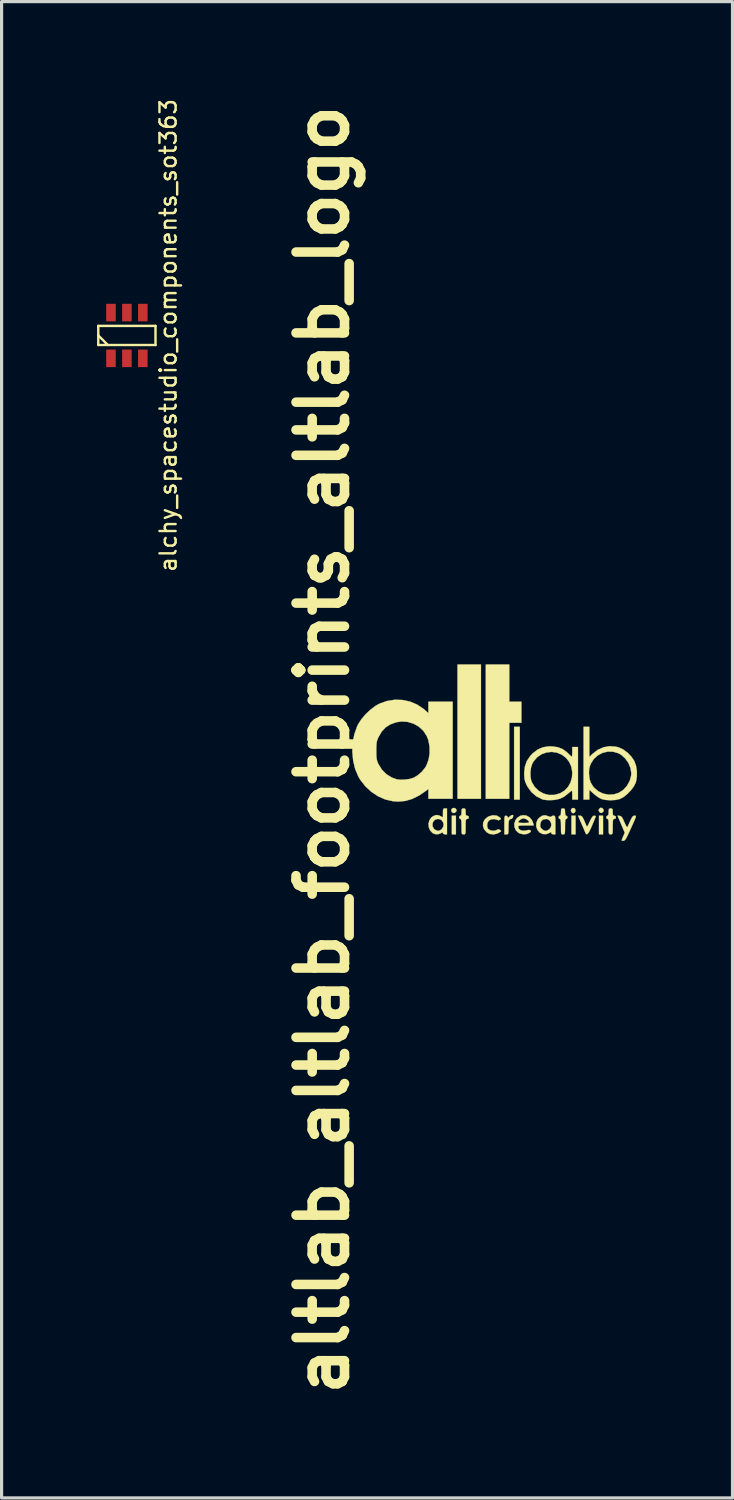
<source format=kicad_pcb>
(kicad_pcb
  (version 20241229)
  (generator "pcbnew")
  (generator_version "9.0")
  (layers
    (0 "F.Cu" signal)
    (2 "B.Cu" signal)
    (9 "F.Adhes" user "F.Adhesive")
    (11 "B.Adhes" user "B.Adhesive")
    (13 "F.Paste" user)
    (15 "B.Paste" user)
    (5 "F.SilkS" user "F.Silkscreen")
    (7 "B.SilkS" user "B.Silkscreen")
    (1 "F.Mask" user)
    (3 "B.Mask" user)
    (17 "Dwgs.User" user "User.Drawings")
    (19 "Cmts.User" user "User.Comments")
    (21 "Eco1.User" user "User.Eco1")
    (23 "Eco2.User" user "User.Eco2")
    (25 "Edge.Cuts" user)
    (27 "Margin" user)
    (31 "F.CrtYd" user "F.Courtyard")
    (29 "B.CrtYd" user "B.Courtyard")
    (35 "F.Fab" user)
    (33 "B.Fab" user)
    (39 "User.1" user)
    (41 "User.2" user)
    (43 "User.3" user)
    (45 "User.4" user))
  (footprint "alchy_spacestudio_components_sot363"
    (layer "F.Cu")
    (at 0.937 7.49)
    (property "Reference" "alchy_spacestudio_components_sot363" (at 1.3 0 90) (layer "F.SilkS") (effects (font (size 0.508 0.508) (thickness 0.076))))
    (attr smd)
    (fp_line (start -0.899 -0.3) (end 0.899 -0.3) (stroke (width 0.076) (type solid)) (layer "F.SilkS"))
    (fp_line (start -0.899 0) (end -0.599 0.3) (stroke (width 0.076) (type solid)) (layer "F.SilkS"))
    (fp_line (start -0.899 0.3) (end -0.899 -0.3) (stroke (width 0.076) (type solid)) (layer "F.SilkS"))
    (fp_line (start 0.899 -0.3) (end 0.899 0.3) (stroke (width 0.076) (type solid)) (layer "F.SilkS"))
    (fp_line (start 0.899 0.3) (end -0.899 0.3) (stroke (width 0.076) (type solid)) (layer "F.SilkS"))
    (pad "1" smd rect (at -0.5 0.719) (size 0.3 0.551) (layers "F.Cu" "F.Mask" "F.Paste"))
    (pad "2" smd rect (at 0 0.719) (size 0.3 0.551) (layers "F.Cu" "F.Mask" "F.Paste"))
    (pad "3" smd rect (at 0.5 0.719) (size 0.3 0.551) (layers "F.Cu" "F.Mask" "F.Paste"))
    (pad "4" smd rect (at 0.5 -0.719) (size 0.3 0.551) (layers "F.Cu" "F.Mask" "F.Paste"))
    (pad "5" smd rect (at 0 -0.719) (size 0.3 0.551) (layers "F.Cu" "F.Mask" "F.Paste"))
    (pad "6" smd rect (at -0.5 -0.719) (size 0.3 0.551) (layers "F.Cu" "F.Mask" "F.Paste")))
  (footprint "altlab_altlab_footprints_altlab_logo"
    (layer "F.Cu")
    (at 12.494 20.6)
    (property "Reference" "altlab_altlab_footprints_altlab_logo" (at -5.408 -0.091 90) (layer "F.SilkS") (effects (font (size 1.524 1.524) (thickness 0.3))))
    (attr through_hole)
    (fp_poly (pts (xy -1.219 2.565) (xy -1.346 2.565) (xy -1.346 1.981) (xy -1.219 1.981) (xy -1.219 2.565)) (stroke (width 0.01) (type solid)) (fill yes) (layer "F.SilkS"))
    (fp_poly (pts (xy -0.432 1.448) (xy -1.168 1.448) (xy -1.168 -2.769) (xy -0.432 -2.769) (xy -0.432 1.448)) (stroke (width 0.01) (type solid)) (fill yes) (layer "F.SilkS"))
    (fp_poly (pts (xy 0.787 1.473) (xy 0.61 1.473) (xy 0.61 -0.813) (xy 0.787 -0.813) (xy 0.787 1.473)) (stroke (width 0.01) (type solid)) (fill yes) (layer "F.SilkS"))
    (fp_poly (pts (xy 2.54 2.565) (xy 2.413 2.565) (xy 2.413 1.981) (xy 2.54 1.981) (xy 2.54 2.565)) (stroke (width 0.01) (type solid)) (fill yes) (layer "F.SilkS"))
    (fp_poly (pts (xy 3.404 2.565) (xy 3.277 2.565) (xy 3.277 1.981) (xy 3.404 1.981) (xy 3.404 2.565)) (stroke (width 0.01) (type solid)) (fill yes) (layer "F.SilkS"))
    (fp_poly (pts (xy 0.457 -1.6) (xy 0.838 -1.6) (xy 0.838 -0.94) (xy 0.457 -0.94) (xy 0.457 1.448) (xy -0.279 1.448) (xy -0.279 -2.769) (xy 0.457 -2.769) (xy 0.457 -1.6)) (stroke (width 0.01) (type solid)) (fill yes) (layer "F.SilkS"))
    (fp_poly (pts (xy -1.257 1.74) (xy -1.224 1.762) (xy -1.197 1.806) (xy -1.21 1.848) (xy -1.259 1.893) (xy -1.313 1.893) (xy -1.345 1.868) (xy -1.366 1.815) (xy -1.35 1.768) (xy -1.309 1.739) (xy -1.257 1.74)) (stroke (width 0.01) (type solid)) (fill yes) (layer "F.SilkS"))
    (fp_poly (pts (xy 3.372 1.738) (xy 3.405 1.767) (xy 3.425 1.817) (xy 3.413 1.848) (xy 3.368 1.894) (xy 3.32 1.888) (xy 3.292 1.866) (xy 3.265 1.82) (xy 3.278 1.776) (xy 3.321 1.733) (xy 3.372 1.738)) (stroke (width 0.01) (type solid)) (fill yes) (layer "F.SilkS"))
    (fp_poly (pts (xy 2.499 1.742) (xy 2.531 1.777) (xy 2.538 1.83) (xy 2.518 1.877) (xy 2.5 1.89) (xy 2.461 1.903) (xy 2.438 1.894) (xy 2.418 1.875) (xy 2.393 1.823) (xy 2.405 1.773) (xy 2.444 1.741) (xy 2.499 1.742)) (stroke (width 0.01) (type solid)) (fill yes) (layer "F.SilkS"))
    (fp_poly (pts (xy 0.584 1.976) (xy 0.584 1.979) (xy 0.568 2.043) (xy 0.527 2.08) (xy 0.508 2.083) (xy 0.474 2.091) (xy 0.452 2.121) (xy 0.438 2.18) (xy 0.433 2.277) (xy 0.432 2.364) (xy 0.431 2.464) (xy 0.427 2.524) (xy 0.416 2.554) (xy 0.394 2.564) (xy 0.368 2.565) (xy 0.305 2.565) (xy 0.305 2.273) (xy 0.305 2.148) (xy 0.308 2.064) (xy 0.314 2.015) (xy 0.325 1.99) (xy 0.343 1.982) (xy 0.356 1.981) (xy 0.398 1.999) (xy 0.406 2.024) (xy 0.412 2.048) (xy 0.435 2.038) (xy 0.465 2.011) (xy 0.521 1.969) (xy 0.565 1.956) (xy 0.584 1.976)) (stroke (width 0.01) (type solid)) (fill yes) (layer "F.SilkS"))
    (fp_poly (pts (xy 2.712 1.985) (xy 2.737 2) (xy 2.764 2.035) (xy 2.796 2.098) (xy 2.838 2.194) (xy 2.876 2.286) (xy 2.89 2.315) (xy 2.905 2.319) (xy 2.925 2.293) (xy 2.957 2.23) (xy 2.987 2.165) (xy 3.036 2.067) (xy 3.074 2.009) (xy 3.108 1.984) (xy 3.123 1.981) (xy 3.165 1.988) (xy 3.175 1.997) (xy 3.166 2.025) (xy 3.14 2.09) (xy 3.103 2.183) (xy 3.058 2.289) (xy 2.998 2.423) (xy 2.95 2.512) (xy 2.912 2.557) (xy 2.881 2.56) (xy 2.854 2.526) (xy 2.847 2.508) (xy 2.827 2.461) (xy 2.793 2.38) (xy 2.75 2.28) (xy 2.722 2.216) (xy 2.62 1.981) (xy 2.683 1.981) (xy 2.712 1.985)) (stroke (width 0.01) (type solid)) (fill yes) (layer "F.SilkS"))
    (fp_poly (pts (xy 0.063 1.978) (xy 0.153 2.028) (xy 0.19 2.063) (xy 0.187 2.088) (xy 0.169 2.105) (xy 0.121 2.124) (xy 0.079 2.11) (xy -0.014 2.085) (xy -0.112 2.095) (xy -0.18 2.13) (xy -0.224 2.194) (xy -0.24 2.279) (xy -0.226 2.362) (xy -0.206 2.397) (xy -0.143 2.438) (xy -0.059 2.456) (xy 0.025 2.447) (xy 0.058 2.431) (xy 0.108 2.407) (xy 0.147 2.417) (xy 0.164 2.428) (xy 0.197 2.458) (xy 0.201 2.472) (xy 0.083 2.541) (xy -0.039 2.568) (xy -0.157 2.553) (xy -0.252 2.5) (xy -0.332 2.405) (xy -0.368 2.299) (xy -0.36 2.193) (xy -0.31 2.096) (xy -0.219 2.019) (xy -0.183 2.001) (xy -0.055 1.966) (xy 0.063 1.978)) (stroke (width 0.01) (type solid)) (fill yes) (layer "F.SilkS"))
    (fp_poly (pts (xy 3.927 1.986) (xy 3.964 1.997) (xy 3.996 2.028) (xy 4.03 2.087) (xy 4.071 2.179) (xy 4.109 2.263) (xy 4.141 2.321) (xy 4.162 2.345) (xy 4.165 2.344) (xy 4.183 2.312) (xy 4.214 2.247) (xy 4.252 2.162) (xy 4.256 2.153) (xy 4.299 2.062) (xy 4.332 2.01) (xy 4.364 1.986) (xy 4.391 1.982) (xy 4.414 1.981) (xy 4.43 1.984) (xy 4.436 1.996) (xy 4.431 2.024) (xy 4.413 2.074) (xy 4.38 2.152) (xy 4.329 2.264) (xy 4.261 2.416) (xy 4.26 2.419) (xy 4.197 2.555) (xy 4.15 2.652) (xy 4.114 2.715) (xy 4.085 2.75) (xy 4.06 2.766) (xy 4.045 2.768) (xy 4 2.764) (xy 3.988 2.758) (xy 3.997 2.731) (xy 4.02 2.672) (xy 4.037 2.632) (xy 4.087 2.516) (xy 3.974 2.247) (xy 3.861 1.978) (xy 3.927 1.986)) (stroke (width 0.01) (type solid)) (fill yes) (layer "F.SilkS"))
    (fp_poly (pts (xy 2.185 1.757) (xy 2.204 1.781) (xy 2.21 1.836) (xy 2.21 1.867) (xy 2.215 1.942) (xy 2.232 1.977) (xy 2.248 1.981) (xy 2.279 2.002) (xy 2.286 2.032) (xy 2.27 2.073) (xy 2.248 2.083) (xy 2.23 2.091) (xy 2.218 2.123) (xy 2.212 2.186) (xy 2.21 2.289) (xy 2.21 2.324) (xy 2.209 2.436) (xy 2.206 2.506) (xy 2.198 2.545) (xy 2.183 2.562) (xy 2.157 2.565) (xy 2.146 2.565) (xy 2.117 2.564) (xy 2.098 2.552) (xy 2.088 2.522) (xy 2.084 2.462) (xy 2.083 2.365) (xy 2.083 2.324) (xy 2.081 2.209) (xy 2.076 2.136) (xy 2.066 2.097) (xy 2.05 2.083) (xy 2.045 2.083) (xy 2.014 2.062) (xy 2.007 2.032) (xy 2.022 1.991) (xy 2.045 1.981) (xy 2.07 1.966) (xy 2.081 1.915) (xy 2.083 1.867) (xy 2.085 1.796) (xy 2.098 1.763) (xy 2.129 1.753) (xy 2.146 1.753) (xy 2.185 1.757)) (stroke (width 0.01) (type solid)) (fill yes) (layer "F.SilkS"))
    (fp_poly (pts (xy -1.499 2.565) (xy -1.562 2.565) (xy -1.614 2.552) (xy -1.626 2.526) (xy -1.63 2.501) (xy -1.653 2.506) (xy -1.682 2.526) (xy -1.77 2.56) (xy -1.87 2.559) (xy -1.95 2.526) (xy -2.028 2.444) (xy -2.07 2.342) (xy -2.078 2.233) (xy -1.956 2.233) (xy -1.952 2.313) (xy -1.914 2.387) (xy -1.889 2.411) (xy -1.808 2.456) (xy -1.736 2.453) (xy -1.663 2.402) (xy -1.663 2.401) (xy -1.61 2.321) (xy -1.607 2.235) (xy -1.629 2.176) (xy -1.672 2.116) (xy -1.728 2.089) (xy -1.796 2.083) (xy -1.873 2.104) (xy -1.928 2.158) (xy -1.956 2.233) (xy -2.078 2.233) (xy -2.078 2.232) (xy -2.052 2.127) (xy -1.993 2.039) (xy -1.931 1.994) (xy -1.848 1.961) (xy -1.776 1.964) (xy -1.701 1.995) (xy -1.626 2.033) (xy -1.626 1.893) (xy -1.624 1.813) (xy -1.615 1.771) (xy -1.594 1.755) (xy -1.562 1.753) (xy -1.499 1.753) (xy -1.499 2.565)) (stroke (width 0.01) (type solid)) (fill yes) (layer "F.SilkS"))
    (fp_poly (pts (xy -0.939 1.757) (xy -0.92 1.781) (xy -0.915 1.836) (xy -0.914 1.867) (xy -0.911 1.938) (xy -0.897 1.972) (xy -0.867 1.981) (xy -0.864 1.981) (xy -0.821 1.999) (xy -0.813 2.032) (xy -0.831 2.074) (xy -0.864 2.083) (xy -0.887 2.086) (xy -0.902 2.104) (xy -0.91 2.144) (xy -0.914 2.216) (xy -0.914 2.324) (xy -0.915 2.436) (xy -0.918 2.506) (xy -0.926 2.545) (xy -0.941 2.562) (xy -0.967 2.565) (xy -0.978 2.565) (xy -1.007 2.564) (xy -1.026 2.552) (xy -1.036 2.522) (xy -1.04 2.462) (xy -1.041 2.365) (xy -1.041 2.324) (xy -1.043 2.209) (xy -1.048 2.136) (xy -1.058 2.097) (xy -1.074 2.083) (xy -1.079 2.083) (xy -1.111 2.062) (xy -1.118 2.032) (xy -1.102 1.991) (xy -1.079 1.981) (xy -1.054 1.966) (xy -1.043 1.915) (xy -1.041 1.867) (xy -1.039 1.796) (xy -1.026 1.763) (xy -0.995 1.753) (xy -0.978 1.753) (xy -0.939 1.757)) (stroke (width 0.01) (type solid)) (fill yes) (layer "F.SilkS"))
    (fp_poly (pts (xy 3.684 1.757) (xy 3.703 1.781) (xy 3.708 1.836) (xy 3.708 1.867) (xy 3.712 1.938) (xy 3.726 1.972) (xy 3.756 1.981) (xy 3.759 1.981) (xy 3.802 1.999) (xy 3.81 2.032) (xy 3.792 2.074) (xy 3.759 2.083) (xy 3.736 2.086) (xy 3.721 2.104) (xy 3.713 2.144) (xy 3.709 2.216) (xy 3.708 2.324) (xy 3.708 2.436) (xy 3.705 2.506) (xy 3.697 2.545) (xy 3.681 2.562) (xy 3.656 2.565) (xy 3.645 2.565) (xy 3.615 2.564) (xy 3.597 2.552) (xy 3.587 2.522) (xy 3.582 2.462) (xy 3.581 2.365) (xy 3.581 2.324) (xy 3.58 2.209) (xy 3.575 2.136) (xy 3.565 2.097) (xy 3.549 2.083) (xy 3.543 2.083) (xy 3.512 2.062) (xy 3.505 2.032) (xy 3.521 1.991) (xy 3.543 1.981) (xy 3.568 1.966) (xy 3.58 1.915) (xy 3.581 1.867) (xy 3.584 1.796) (xy 3.597 1.763) (xy 3.628 1.753) (xy 3.645 1.753) (xy 3.684 1.757)) (stroke (width 0.01) (type solid)) (fill yes) (layer "F.SilkS"))
    (fp_poly (pts (xy 1.679 1.995) (xy 1.742 2.021) (xy 1.771 2.013) (xy 1.773 2.01) (xy 1.802 1.988) (xy 1.844 1.981) (xy 1.87 1.983) (xy 1.887 1.993) (xy 1.898 2.02) (xy 1.903 2.074) (xy 1.905 2.162) (xy 1.905 2.273) (xy 1.905 2.565) (xy 1.841 2.565) (xy 1.79 2.551) (xy 1.778 2.524) (xy 1.774 2.498) (xy 1.752 2.502) (xy 1.715 2.524) (xy 1.619 2.56) (xy 1.512 2.556) (xy 1.418 2.513) (xy 1.344 2.429) (xy 1.307 2.324) (xy 1.307 2.312) (xy 1.428 2.312) (xy 1.452 2.366) (xy 1.482 2.398) (xy 1.556 2.452) (xy 1.628 2.457) (xy 1.708 2.414) (xy 1.711 2.411) (xy 1.764 2.343) (xy 1.781 2.264) (xy 1.764 2.185) (xy 1.719 2.121) (xy 1.649 2.086) (xy 1.616 2.083) (xy 1.521 2.099) (xy 1.461 2.152) (xy 1.431 2.24) (xy 1.428 2.312) (xy 1.307 2.312) (xy 1.308 2.211) (xy 1.346 2.107) (xy 1.391 2.051) (xy 1.487 1.984) (xy 1.582 1.966) (xy 1.679 1.995)) (stroke (width 0.01) (type solid)) (fill yes) (layer "F.SilkS"))
    (fp_poly (pts (xy 1.004 1.98) (xy 1.097 2.034) (xy 1.17 2.122) (xy 1.208 2.216) (xy 1.225 2.286) (xy 0.981 2.286) (xy 0.868 2.287) (xy 0.796 2.29) (xy 0.757 2.299) (xy 0.74 2.314) (xy 0.737 2.336) (xy 0.759 2.397) (xy 0.817 2.437) (xy 0.899 2.455) (xy 0.994 2.445) (xy 1.041 2.43) (xy 1.094 2.429) (xy 1.118 2.439) (xy 1.139 2.462) (xy 1.124 2.49) (xy 1.096 2.515) (xy 1.014 2.554) (xy 0.91 2.564) (xy 0.804 2.544) (xy 0.747 2.518) (xy 0.666 2.441) (xy 0.623 2.342) (xy 0.617 2.232) (xy 0.632 2.186) (xy 0.737 2.186) (xy 0.76 2.198) (xy 0.821 2.206) (xy 0.908 2.21) (xy 0.917 2.21) (xy 1.018 2.207) (xy 1.073 2.197) (xy 1.087 2.181) (xy 1.086 2.18) (xy 1.046 2.125) (xy 0.978 2.083) (xy 0.906 2.064) (xy 0.88 2.067) (xy 0.814 2.096) (xy 0.761 2.14) (xy 0.737 2.184) (xy 0.737 2.186) (xy 0.632 2.186) (xy 0.651 2.124) (xy 0.702 2.054) (xy 0.796 1.987) (xy 0.9 1.963) (xy 1.004 1.98)) (stroke (width 0.01) (type solid)) (fill yes) (layer "F.SilkS"))
    (fp_poly (pts (xy 2.972 0.138) (xy 3.08 0.033) (xy 3.243 -0.092) (xy 3.424 -0.171) (xy 3.617 -0.203) (xy 3.816 -0.186) (xy 3.899 -0.164) (xy 4.038 -0.099) (xy 4.175 0.002) (xy 4.297 0.128) (xy 4.387 0.264) (xy 4.387 0.264) (xy 4.44 0.41) (xy 4.467 0.58) (xy 4.467 0.755) (xy 4.439 0.915) (xy 4.429 0.945) (xy 4.371 1.06) (xy 4.281 1.18) (xy 4.171 1.294) (xy 4.054 1.389) (xy 3.942 1.451) (xy 3.926 1.456) (xy 3.791 1.486) (xy 3.635 1.495) (xy 3.481 1.484) (xy 3.359 1.456) (xy 3.284 1.419) (xy 3.194 1.358) (xy 3.111 1.291) (xy 2.972 1.163) (xy 2.972 1.473) (xy 2.794 1.473) (xy 2.794 0.617) (xy 2.962 0.617) (xy 2.962 0.647) (xy 2.976 0.807) (xy 3.015 0.937) (xy 3.087 1.055) (xy 3.127 1.104) (xy 3.257 1.215) (xy 3.411 1.288) (xy 3.58 1.32) (xy 3.752 1.309) (xy 3.9 1.261) (xy 4.041 1.169) (xy 4.157 1.041) (xy 4.242 0.889) (xy 4.287 0.725) (xy 4.293 0.648) (xy 4.269 0.485) (xy 4.204 0.326) (xy 4.104 0.184) (xy 3.979 0.07) (xy 3.886 0.017) (xy 3.72 -0.031) (xy 3.551 -0.034) (xy 3.387 0.006) (xy 3.238 0.085) (xy 3.113 0.199) (xy 3.03 0.326) (xy 2.989 0.422) (xy 2.968 0.51) (xy 2.962 0.617) (xy 2.794 0.617) (xy 2.794 -0.813) (xy 2.972 -0.813) (xy 2.972 0.138)) (stroke (width 0.01) (type solid)) (fill yes) (layer "F.SilkS"))
    (fp_poly (pts (xy 1.803 -0.197) (xy 1.98 -0.172) (xy 2.126 -0.117) (xy 2.257 -0.024) (xy 2.309 0.026) (xy 2.366 0.082) (xy 2.408 0.118) (xy 2.423 0.127) (xy 2.431 0.104) (xy 2.437 0.044) (xy 2.438 -0.025) (xy 2.438 -0.178) (xy 2.616 -0.178) (xy 2.616 1.473) (xy 2.438 1.473) (xy 2.438 1.333) (xy 2.436 1.257) (xy 2.429 1.206) (xy 2.422 1.194) (xy 2.396 1.209) (xy 2.346 1.249) (xy 2.309 1.282) (xy 2.178 1.384) (xy 2.045 1.449) (xy 1.894 1.482) (xy 1.791 1.491) (xy 1.645 1.49) (xy 1.533 1.476) (xy 1.496 1.465) (xy 1.309 1.371) (xy 1.156 1.24) (xy 1.033 1.07) (xy 0.993 0.992) (xy 0.956 0.902) (xy 0.936 0.816) (xy 0.928 0.712) (xy 0.927 0.648) (xy 0.931 0.609) (xy 1.122 0.609) (xy 1.124 0.755) (xy 1.148 0.882) (xy 1.162 0.918) (xy 1.258 1.078) (xy 1.385 1.201) (xy 1.535 1.286) (xy 1.701 1.329) (xy 1.876 1.327) (xy 2.05 1.279) (xy 2.193 1.194) (xy 2.305 1.076) (xy 2.384 0.934) (xy 2.429 0.776) (xy 2.438 0.611) (xy 2.411 0.447) (xy 2.344 0.294) (xy 2.246 0.167) (xy 2.107 0.061) (xy 1.951 -0.003) (xy 1.788 -0.025) (xy 1.625 -0.007) (xy 1.47 0.049) (xy 1.333 0.143) (xy 1.222 0.272) (xy 1.181 0.344) (xy 1.141 0.465) (xy 1.122 0.609) (xy 0.931 0.609) (xy 0.948 0.443) (xy 1.01 0.263) (xy 1.119 0.102) (xy 1.197 0.02) (xy 1.351 -0.098) (xy 1.516 -0.17) (xy 1.701 -0.198) (xy 1.803 -0.197)) (stroke (width 0.01) (type solid)) (fill yes) (layer "F.SilkS"))
    (fp_poly (pts (xy -2.903 -1.656) (xy -2.664 -1.606) (xy -2.44 -1.512) (xy -2.236 -1.376) (xy -2.203 -1.347) (xy -2.083 -1.24) (xy -2.083 -1.6) (xy -1.321 -1.6) (xy -1.321 1.448) (xy -2.083 1.448) (xy -2.083 1.139) (xy -2.153 1.193) (xy -2.376 1.346) (xy -2.593 1.453) (xy -2.808 1.516) (xy -3.028 1.536) (xy -3.201 1.524) (xy -3.437 1.47) (xy -3.664 1.37) (xy -3.876 1.23) (xy -4.065 1.055) (xy -4.223 0.852) (xy -4.287 0.744) (xy -4.385 0.509) (xy -4.447 0.249) (xy -4.472 -0.024) (xy -4.471 -0.064) (xy -3.721 -0.064) (xy -3.72 0.066) (xy -3.714 0.16) (xy -3.702 0.231) (xy -3.681 0.296) (xy -3.654 0.359) (xy -3.545 0.534) (xy -3.401 0.678) (xy -3.229 0.784) (xy -3.08 0.837) (xy -2.964 0.852) (xy -2.823 0.847) (xy -2.681 0.827) (xy -2.558 0.792) (xy -2.541 0.785) (xy -2.412 0.707) (xy -2.287 0.597) (xy -2.184 0.468) (xy -2.144 0.401) (xy -2.076 0.217) (xy -2.043 0.012) (xy -2.047 -0.198) (xy -2.086 -0.399) (xy -2.134 -0.521) (xy -2.239 -0.684) (xy -2.379 -0.815) (xy -2.546 -0.91) (xy -2.73 -0.967) (xy -2.924 -0.981) (xy -3.094 -0.956) (xy -3.28 -0.889) (xy -3.431 -0.792) (xy -3.554 -0.658) (xy -3.655 -0.483) (xy -3.685 -0.414) (xy -3.704 -0.349) (xy -3.715 -0.276) (xy -3.72 -0.179) (xy -3.721 -0.064) (xy -4.471 -0.064) (xy -4.461 -0.299) (xy -4.413 -0.566) (xy -4.328 -0.813) (xy -4.288 -0.897) (xy -4.189 -1.05) (xy -4.058 -1.205) (xy -3.906 -1.348) (xy -3.749 -1.468) (xy -3.629 -1.536) (xy -3.392 -1.622) (xy -3.147 -1.662) (xy -2.903 -1.656)) (stroke (width 0.01) (type solid)) (fill yes) (layer "F.SilkS")))
  (gr_rect
    (start -3 -3)
    (end 19.966 44.017)
    (stroke (width 0.1) (type default))
    (fill no)
    (layer "Edge.Cuts")))
</source>
